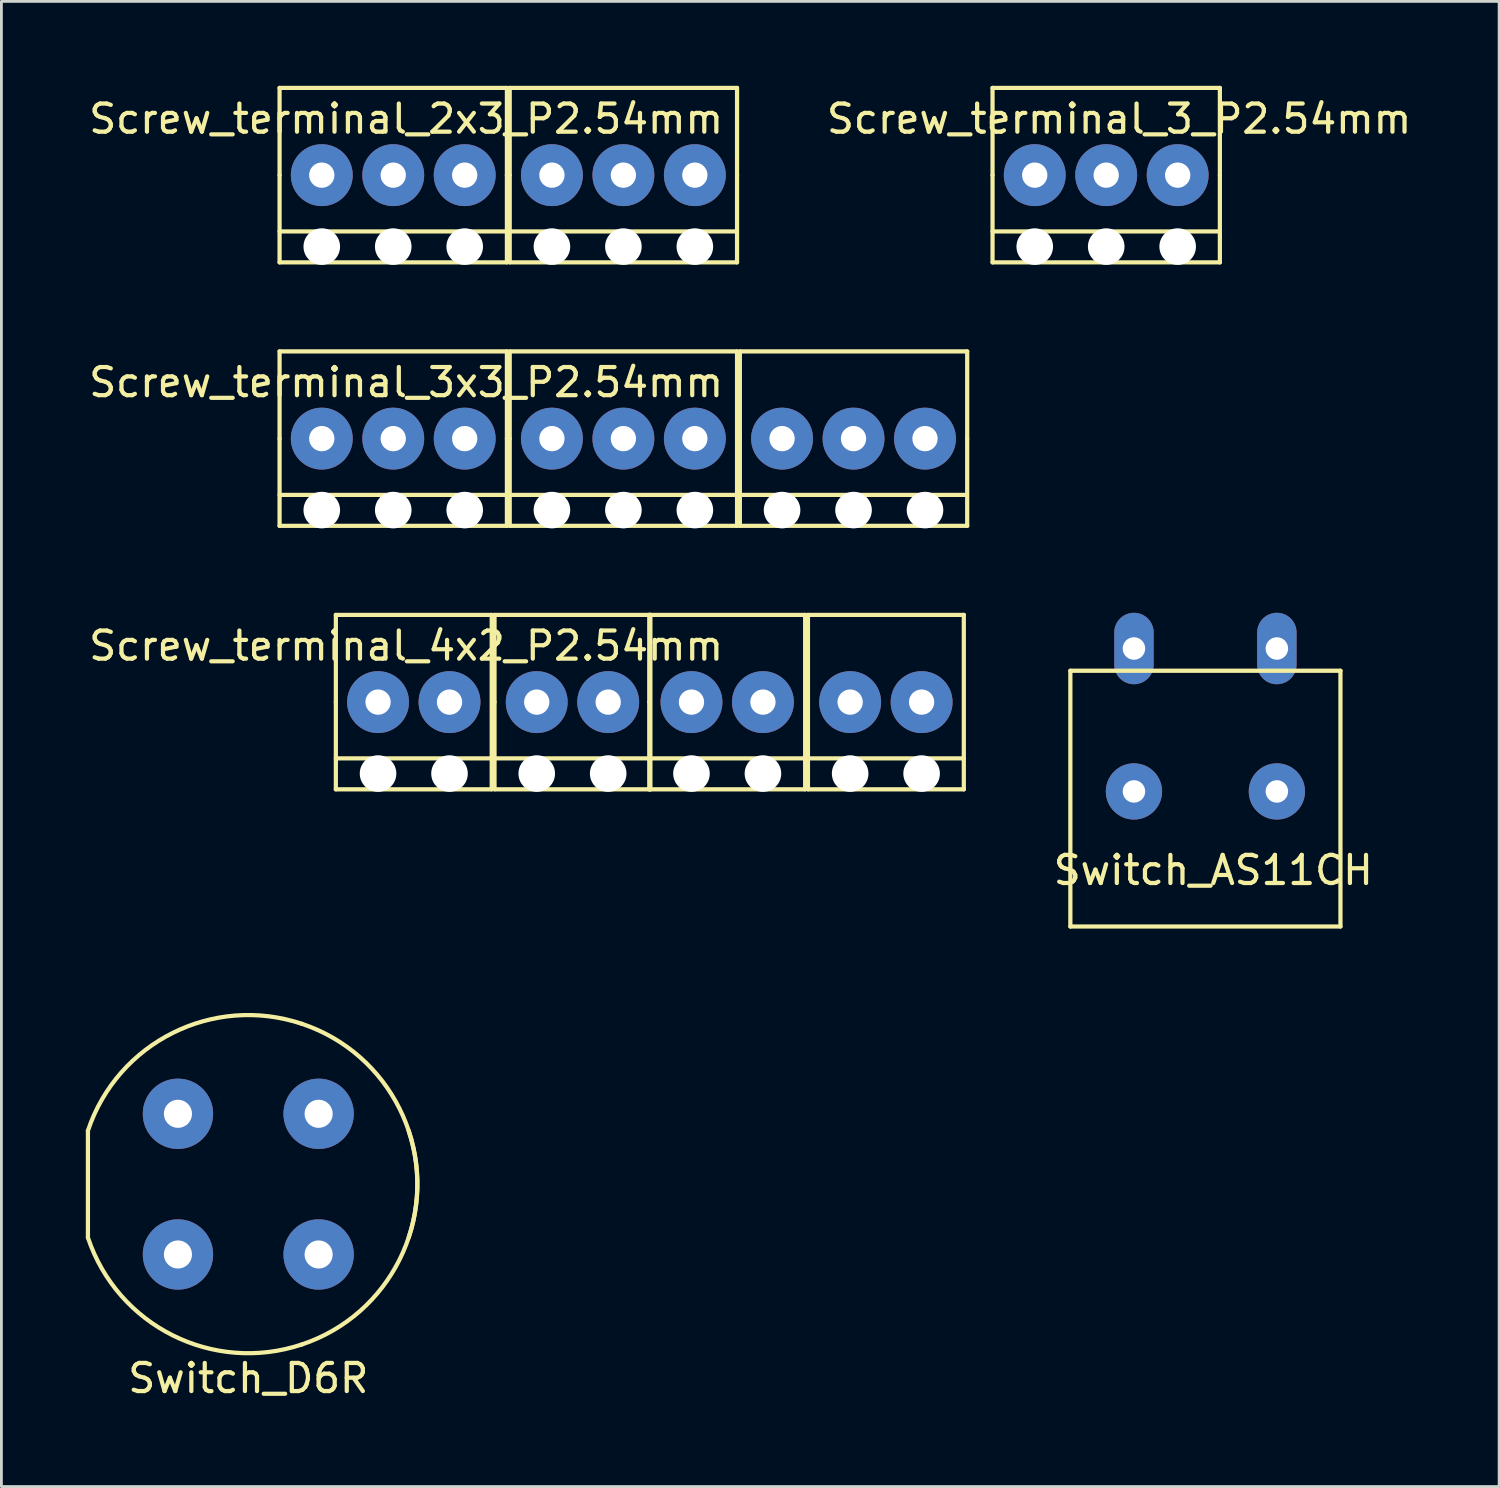
<source format=kicad_pcb>
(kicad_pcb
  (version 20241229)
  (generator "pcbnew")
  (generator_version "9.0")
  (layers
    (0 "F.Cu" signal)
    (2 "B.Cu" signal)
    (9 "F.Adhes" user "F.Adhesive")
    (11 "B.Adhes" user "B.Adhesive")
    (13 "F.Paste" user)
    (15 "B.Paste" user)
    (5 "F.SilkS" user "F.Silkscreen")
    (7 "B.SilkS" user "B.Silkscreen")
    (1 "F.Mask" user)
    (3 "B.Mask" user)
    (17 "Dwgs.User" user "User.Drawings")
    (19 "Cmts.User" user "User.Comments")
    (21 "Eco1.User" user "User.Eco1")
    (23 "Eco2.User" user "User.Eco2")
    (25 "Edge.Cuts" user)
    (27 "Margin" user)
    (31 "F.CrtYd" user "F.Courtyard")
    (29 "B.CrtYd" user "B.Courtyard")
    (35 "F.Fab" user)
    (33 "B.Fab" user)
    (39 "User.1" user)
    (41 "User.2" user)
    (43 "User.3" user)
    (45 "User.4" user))
  (footprint "Screw_terminal_3x3_P2.54mm"
    (layer "F.Cu")
    (at 8.387 12.54)
    (property "Reference" "Screw_terminal_3x3_P2.54mm" (at 3 -2 0) (layer "F.SilkS") (effects (font (size 1 1) (thickness 0.15))))
    (attr through_hole)
    (fp_line (start -1.5 -3.1) (end 6.58 -3.1) (stroke (width 0.15) (type solid)) (layer "F.SilkS"))
    (fp_line (start -1.5 0) (end -1.5 -3.1) (stroke (width 0.15) (type solid)) (layer "F.SilkS"))
    (fp_line (start -1.5 3.1) (end -1.5 0) (stroke (width 0.15) (type solid)) (layer "F.SilkS"))
    (fp_line (start -1.5 3.1) (end 6.58 3.1) (stroke (width 0.15) (type solid)) (layer "F.SilkS"))
    (fp_line (start 6.5 2) (end -1.5 2) (stroke (width 0.15) (type solid)) (layer "F.SilkS"))
    (fp_line (start 6.58 0) (end 6.58 -3.1) (stroke (width 0.15) (type solid)) (layer "F.SilkS"))
    (fp_line (start 6.58 3.1) (end 6.58 0) (stroke (width 0.15) (type solid)) (layer "F.SilkS"))
    (fp_line (start 6.68 -3.1) (end 14.76 -3.1) (stroke (width 0.15) (type solid)) (layer "F.SilkS"))
    (fp_line (start 6.68 0) (end 6.68 -3.1) (stroke (width 0.15) (type solid)) (layer "F.SilkS"))
    (fp_line (start 6.68 3.1) (end 6.68 0) (stroke (width 0.15) (type solid)) (layer "F.SilkS"))
    (fp_line (start 6.68 3.1) (end 14.76 3.1) (stroke (width 0.15) (type solid)) (layer "F.SilkS"))
    (fp_line (start 14.68 2) (end 6.68 2) (stroke (width 0.15) (type solid)) (layer "F.SilkS"))
    (fp_line (start 14.76 0) (end 14.76 -3.1) (stroke (width 0.15) (type solid)) (layer "F.SilkS"))
    (fp_line (start 14.76 3.1) (end 14.76 0) (stroke (width 0.15) (type solid)) (layer "F.SilkS"))
    (fp_line (start 14.86 -3.1) (end 22.94 -3.1) (stroke (width 0.15) (type solid)) (layer "F.SilkS"))
    (fp_line (start 14.86 0) (end 14.86 -3.1) (stroke (width 0.15) (type solid)) (layer "F.SilkS"))
    (fp_line (start 14.86 3.1) (end 14.86 0) (stroke (width 0.15) (type solid)) (layer "F.SilkS"))
    (fp_line (start 14.86 3.1) (end 22.94 3.1) (stroke (width 0.15) (type solid)) (layer "F.SilkS"))
    (fp_line (start 22.86 2) (end 14.86 2) (stroke (width 0.15) (type solid)) (layer "F.SilkS"))
    (fp_line (start 22.94 0) (end 22.94 -3.1) (stroke (width 0.15) (type solid)) (layer "F.SilkS"))
    (fp_line (start 22.94 3.1) (end 22.94 0) (stroke (width 0.15) (type solid)) (layer "F.SilkS"))
    (pad "" np_thru_hole circle (at 0 2.54) (size 1.3 1.3) (drill 1.3) (layers "*.Cu" "*.Mask"))
    (pad "" np_thru_hole circle (at 2.54 2.54) (size 1.3 1.3) (drill 1.3) (layers "*.Cu" "*.Mask"))
    (pad "" np_thru_hole circle (at 5.08 2.54) (size 1.3 1.3) (drill 1.3) (layers "*.Cu" "*.Mask"))
    (pad "" np_thru_hole circle (at 8.18 2.54) (size 1.3 1.3) (drill 1.3) (layers "*.Cu" "*.Mask"))
    (pad "" np_thru_hole circle (at 10.72 2.54) (size 1.3 1.3) (drill 1.3) (layers "*.Cu" "*.Mask"))
    (pad "" np_thru_hole circle (at 13.26 2.54) (size 1.3 1.3) (drill 1.3) (layers "*.Cu" "*.Mask"))
    (pad "" np_thru_hole circle (at 16.36 2.54) (size 1.3 1.3) (drill 1.3) (layers "*.Cu" "*.Mask"))
    (pad "" np_thru_hole circle (at 18.9 2.54) (size 1.3 1.3) (drill 1.3) (layers "*.Cu" "*.Mask"))
    (pad "" np_thru_hole circle (at 21.44 2.54) (size 1.3 1.3) (drill 1.3) (layers "*.Cu" "*.Mask"))
    (pad "1" thru_hole circle (at 0 0) (size 2.2 2.2) (drill 0.9) (layers "*.Cu" "*.Mask"))
    (pad "2" thru_hole circle (at 2.54 0) (size 2.2 2.2) (drill 0.9) (layers "*.Cu" "*.Mask"))
    (pad "3" thru_hole circle (at 5.08 0) (size 2.2 2.2) (drill 0.9) (layers "*.Cu" "*.Mask"))
    (pad "4" thru_hole circle (at 8.18 0) (size 2.2 2.2) (drill 0.9) (layers "*.Cu" "*.Mask"))
    (pad "5" thru_hole circle (at 10.72 0) (size 2.2 2.2) (drill 0.9) (layers "*.Cu" "*.Mask"))
    (pad "6" thru_hole circle (at 13.26 0) (size 2.2 2.2) (drill 0.9) (layers "*.Cu" "*.Mask"))
    (pad "7" thru_hole circle (at 16.36 0) (size 2.2 2.2) (drill 0.9) (layers "*.Cu" "*.Mask"))
    (pad "8" thru_hole circle (at 18.9 0) (size 2.2 2.2) (drill 0.9) (layers "*.Cu" "*.Mask"))
    (pad "9" thru_hole circle (at 21.44 0) (size 2.2 2.2) (drill 0.9) (layers "*.Cu" "*.Mask")))
  (footprint "Switch_AS11CH"
    (placed yes)
    (layer "F.Cu")
    (at 39.794 25.08)
    (property "Reference" "Switch_AS11CH" (at 0.28 2.8 0) (layer "F.SilkS") (effects (font (size 1 1) (thickness 0.15))))
    (attr through_hole)
    (fp_line (start -4.8 -4.29) (end 4.8 -4.29) (stroke (width 0.15) (type solid)) (layer "F.SilkS"))
    (fp_line (start -4.8 4.8) (end -4.8 -4.29) (stroke (width 0.15) (type solid)) (layer "F.SilkS"))
    (fp_line (start 4.8 -4.29) (end 4.8 4.8) (stroke (width 0.15) (type solid)) (layer "F.SilkS"))
    (fp_line (start 4.8 4.8) (end -4.8 4.8) (stroke (width 0.15) (type solid)) (layer "F.SilkS"))
    (pad "" np_thru_hole circle (at -2.54 0) (size 2 2) (drill 0.8) (layers "*.Cu" "*.Mask"))
    (pad "" np_thru_hole circle (at 2.54 0) (size 2 2) (drill 0.8) (layers "*.Cu" "*.Mask"))
    (pad "1" thru_hole oval (at -2.54 -5.08) (size 1.4 2.54) (drill 0.8) (layers "*.Cu" "*.Mask"))
    (pad "2" thru_hole oval (at 2.54 -5.08) (size 1.4 2.54) (drill 0.8) (layers "*.Cu" "*.Mask")))
  (footprint "Screw_terminal_3_P2.54mm"
    (layer "F.Cu")
    (at 33.728 3.175)
    (property "Reference" "Screw_terminal_3_P2.54mm" (at 3 -2 0) (layer "F.SilkS") (effects (font (size 1 1) (thickness 0.15))))
    (attr through_hole)
    (fp_line (start -1.5 -3.1) (end 6.58 -3.1) (stroke (width 0.15) (type solid)) (layer "F.SilkS"))
    (fp_line (start -1.5 0) (end -1.5 -3.1) (stroke (width 0.15) (type solid)) (layer "F.SilkS"))
    (fp_line (start -1.5 3.1) (end -1.5 0) (stroke (width 0.15) (type solid)) (layer "F.SilkS"))
    (fp_line (start -1.5 3.1) (end 6.58 3.1) (stroke (width 0.15) (type solid)) (layer "F.SilkS"))
    (fp_line (start 6.5 2) (end -1.5 2) (stroke (width 0.15) (type solid)) (layer "F.SilkS"))
    (fp_line (start 6.58 0) (end 6.58 -3.1) (stroke (width 0.15) (type solid)) (layer "F.SilkS"))
    (fp_line (start 6.58 3.1) (end 6.58 0) (stroke (width 0.15) (type solid)) (layer "F.SilkS"))
    (pad "" np_thru_hole circle (at 0 2.54) (size 1.3 1.3) (drill 1.3) (layers "*.Cu" "*.Mask"))
    (pad "" np_thru_hole circle (at 2.54 2.54) (size 1.3 1.3) (drill 1.3) (layers "*.Cu" "*.Mask"))
    (pad "" np_thru_hole circle (at 5.08 2.54) (size 1.3 1.3) (drill 1.3) (layers "*.Cu" "*.Mask"))
    (pad "1" thru_hole circle (at 0 0) (size 2.2 2.2) (drill 0.9) (layers "*.Cu" "*.Mask"))
    (pad "2" thru_hole circle (at 2.54 0) (size 2.2 2.2) (drill 0.9) (layers "*.Cu" "*.Mask"))
    (pad "3" thru_hole circle (at 5.08 0) (size 2.2 2.2) (drill 0.9) (layers "*.Cu" "*.Mask")))
  (footprint "Screw_terminal_2x3_P2.54mm"
    (layer "F.Cu")
    (at 8.387 3.175)
    (property "Reference" "Screw_terminal_2x3_P2.54mm" (at 3 -2 0) (layer "F.SilkS") (effects (font (size 1 1) (thickness 0.15))))
    (attr through_hole)
    (fp_line (start -1.5 -3.1) (end 6.58 -3.1) (stroke (width 0.15) (type solid)) (layer "F.SilkS"))
    (fp_line (start -1.5 0) (end -1.5 -3.1) (stroke (width 0.15) (type solid)) (layer "F.SilkS"))
    (fp_line (start -1.5 3.1) (end -1.5 0) (stroke (width 0.15) (type solid)) (layer "F.SilkS"))
    (fp_line (start -1.5 3.1) (end 6.58 3.1) (stroke (width 0.15) (type solid)) (layer "F.SilkS"))
    (fp_line (start 6.5 2) (end -1.5 2) (stroke (width 0.15) (type solid)) (layer "F.SilkS"))
    (fp_line (start 6.58 0) (end 6.58 -3.1) (stroke (width 0.15) (type solid)) (layer "F.SilkS"))
    (fp_line (start 6.58 3.1) (end 6.58 0) (stroke (width 0.15) (type solid)) (layer "F.SilkS"))
    (fp_line (start 6.68 -3.1) (end 14.76 -3.1) (stroke (width 0.15) (type solid)) (layer "F.SilkS"))
    (fp_line (start 6.68 0) (end 6.68 -3.1) (stroke (width 0.15) (type solid)) (layer "F.SilkS"))
    (fp_line (start 6.68 3.1) (end 6.68 0) (stroke (width 0.15) (type solid)) (layer "F.SilkS"))
    (fp_line (start 6.68 3.1) (end 14.76 3.1) (stroke (width 0.15) (type solid)) (layer "F.SilkS"))
    (fp_line (start 14.68 2) (end 6.68 2) (stroke (width 0.15) (type solid)) (layer "F.SilkS"))
    (fp_line (start 14.76 0) (end 14.76 -3.1) (stroke (width 0.15) (type solid)) (layer "F.SilkS"))
    (fp_line (start 14.76 3.1) (end 14.76 0) (stroke (width 0.15) (type solid)) (layer "F.SilkS"))
    (pad "" np_thru_hole circle (at 0 2.54) (size 1.3 1.3) (drill 1.3) (layers "*.Cu" "*.Mask"))
    (pad "" np_thru_hole circle (at 2.54 2.54) (size 1.3 1.3) (drill 1.3) (layers "*.Cu" "*.Mask"))
    (pad "" np_thru_hole circle (at 5.08 2.54) (size 1.3 1.3) (drill 1.3) (layers "*.Cu" "*.Mask"))
    (pad "" np_thru_hole circle (at 8.18 2.54) (size 1.3 1.3) (drill 1.3) (layers "*.Cu" "*.Mask"))
    (pad "" np_thru_hole circle (at 10.72 2.54) (size 1.3 1.3) (drill 1.3) (layers "*.Cu" "*.Mask"))
    (pad "" thru_hole circle (at 13.26 0) (size 2.2 2.2) (drill 0.9) (layers "*.Cu" "*.Mask"))
    (pad "" np_thru_hole circle (at 13.26 2.54) (size 1.3 1.3) (drill 1.3) (layers "*.Cu" "*.Mask"))
    (pad "1" thru_hole circle (at 0 0) (size 2.2 2.2) (drill 0.9) (layers "*.Cu" "*.Mask"))
    (pad "2" thru_hole circle (at 2.54 0) (size 2.2 2.2) (drill 0.9) (layers "*.Cu" "*.Mask"))
    (pad "3" thru_hole circle (at 5.08 0) (size 2.2 2.2) (drill 0.9) (layers "*.Cu" "*.Mask"))
    (pad "4" thru_hole circle (at 8.18 0) (size 2.2 2.2) (drill 0.9) (layers "*.Cu" "*.Mask"))
    (pad "5" thru_hole circle (at 10.72 0) (size 2.2 2.2) (drill 0.9) (layers "*.Cu" "*.Mask")))
  (footprint "Screw_terminal_4x2_P2.54mm"
    (layer "F.Cu")
    (at 10.387 21.905)
    (property "Reference" "Screw_terminal_4x2_P2.54mm" (at 1 -2 0) (layer "F.SilkS") (effects (font (size 1 1) (thickness 0.15))))
    (attr through_hole)
    (fp_line (start -1.5 -3.1) (end 4.04 -3.1) (stroke (width 0.15) (type solid)) (layer "F.SilkS"))
    (fp_line (start -1.5 0) (end -1.5 -3.1) (stroke (width 0.15) (type solid)) (layer "F.SilkS"))
    (fp_line (start -1.5 3.1) (end -1.5 0) (stroke (width 0.15) (type solid)) (layer "F.SilkS"))
    (fp_line (start -1.5 3.1) (end 4.04 3.1) (stroke (width 0.15) (type solid)) (layer "F.SilkS"))
    (fp_line (start 4.04 -3.1) (end 4.04 3.1) (stroke (width 0.15) (type solid)) (layer "F.SilkS"))
    (fp_line (start 4.04 2) (end -1.5 2) (stroke (width 0.15) (type solid)) (layer "F.SilkS"))
    (fp_line (start 4.14 -3.1) (end 9.68 -3.1) (stroke (width 0.15) (type solid)) (layer "F.SilkS"))
    (fp_line (start 4.14 0) (end 4.14 -3.1) (stroke (width 0.15) (type solid)) (layer "F.SilkS"))
    (fp_line (start 4.14 3.1) (end 4.14 0) (stroke (width 0.15) (type solid)) (layer "F.SilkS"))
    (fp_line (start 4.14 3.1) (end 9.68 3.1) (stroke (width 0.15) (type solid)) (layer "F.SilkS"))
    (fp_line (start 9.64 -3.1) (end 15.18 -3.1) (stroke (width 0.15) (type solid)) (layer "F.SilkS"))
    (fp_line (start 9.64 0) (end 9.64 -3.1) (stroke (width 0.15) (type solid)) (layer "F.SilkS"))
    (fp_line (start 9.64 3.1) (end 9.64 0) (stroke (width 0.15) (type solid)) (layer "F.SilkS"))
    (fp_line (start 9.64 3.1) (end 15.18 3.1) (stroke (width 0.15) (type solid)) (layer "F.SilkS"))
    (fp_line (start 9.68 -3.1) (end 9.68 3.1) (stroke (width 0.15) (type solid)) (layer "F.SilkS"))
    (fp_line (start 9.68 2) (end 4.14 2) (stroke (width 0.15) (type solid)) (layer "F.SilkS"))
    (fp_line (start 15.18 -3.1) (end 15.18 3.1) (stroke (width 0.15) (type solid)) (layer "F.SilkS"))
    (fp_line (start 15.18 2) (end 9.64 2) (stroke (width 0.15) (type solid)) (layer "F.SilkS"))
    (fp_line (start 15.28 -3.1) (end 20.82 -3.1) (stroke (width 0.15) (type solid)) (layer "F.SilkS"))
    (fp_line (start 15.28 0) (end 15.28 -3.1) (stroke (width 0.15) (type solid)) (layer "F.SilkS"))
    (fp_line (start 15.28 3.1) (end 15.28 0) (stroke (width 0.15) (type solid)) (layer "F.SilkS"))
    (fp_line (start 15.28 3.1) (end 20.82 3.1) (stroke (width 0.15) (type solid)) (layer "F.SilkS"))
    (fp_line (start 20.82 -3.1) (end 20.82 3.1) (stroke (width 0.15) (type solid)) (layer "F.SilkS"))
    (fp_line (start 20.82 2) (end 15.28 2) (stroke (width 0.15) (type solid)) (layer "F.SilkS"))
    (pad "" np_thru_hole circle (at 0 2.54) (size 1.3 1.3) (drill 1.3) (layers "*.Cu" "*.Mask"))
    (pad "" np_thru_hole circle (at 2.54 2.54) (size 1.3 1.3) (drill 1.3) (layers "*.Cu" "*.Mask"))
    (pad "" np_thru_hole circle (at 5.64 2.54) (size 1.3 1.3) (drill 1.3) (layers "*.Cu" "*.Mask"))
    (pad "" np_thru_hole circle (at 8.18 2.54) (size 1.3 1.3) (drill 1.3) (layers "*.Cu" "*.Mask"))
    (pad "" np_thru_hole circle (at 11.14 2.54) (size 1.3 1.3) (drill 1.3) (layers "*.Cu" "*.Mask"))
    (pad "" np_thru_hole circle (at 13.68 2.54) (size 1.3 1.3) (drill 1.3) (layers "*.Cu" "*.Mask"))
    (pad "" np_thru_hole circle (at 16.78 2.54) (size 1.3 1.3) (drill 1.3) (layers "*.Cu" "*.Mask"))
    (pad "" np_thru_hole circle (at 19.32 2.54) (size 1.3 1.3) (drill 1.3) (layers "*.Cu" "*.Mask"))
    (pad "1" thru_hole circle (at 0 0) (size 2.2 2.2) (drill 0.9) (layers "*.Cu" "*.Mask"))
    (pad "2" thru_hole circle (at 2.54 0) (size 2.2 2.2) (drill 0.9) (layers "*.Cu" "*.Mask"))
    (pad "3" thru_hole circle (at 5.64 0) (size 2.2 2.2) (drill 0.9) (layers "*.Cu" "*.Mask"))
    (pad "4" thru_hole circle (at 8.18 0) (size 2.2 2.2) (drill 0.9) (layers "*.Cu" "*.Mask"))
    (pad "5" thru_hole circle (at 11.14 0) (size 2.2 2.2) (drill 0.9) (layers "*.Cu" "*.Mask"))
    (pad "6" thru_hole circle (at 13.68 0) (size 2.2 2.2) (drill 0.9) (layers "*.Cu" "*.Mask"))
    (pad "7" thru_hole circle (at 16.78 0) (size 2.2 2.2) (drill 0.9) (layers "*.Cu" "*.Mask"))
    (pad "8" thru_hole circle (at 19.32 0) (size 2.2 2.2) (drill 0.9) (layers "*.Cu" "*.Mask")))
  (footprint "Switch_D6R"
    (placed yes)
    (layer "F.Cu")
    (at 5.775 39.038)
    (property "Reference" "Switch_D6R" (at 0 6.9 0) (layer "F.SilkS") (effects (font (size 1 1) (thickness 0.15))))
    (attr through_hole)
    (fp_line (start -5.7 1.9) (end -5.7 -1.9) (stroke (width 0.15) (type solid)) (layer "F.SilkS"))
    (fp_arc (start -5.7 -1.9) (mid -2.687006 -5.374012) (end 1.9 -5.7) (stroke (width 0.15) (type solid)) (layer "F.SilkS"))
    (fp_arc (start 1.9 -5.7) (mid 5.374012 -2.687006) (end 5.7 1.9) (stroke (width 0.15) (type solid)) (layer "F.SilkS"))
    (fp_arc (start 1.9 5.7) (mid -2.687006 5.374012) (end -5.7 1.9) (stroke (width 0.15) (type solid)) (layer "F.SilkS"))
    (fp_arc (start 5.7 -1.9) (mid 5.374012 2.687006) (end 1.9 5.7) (stroke (width 0.15) (type solid)) (layer "F.SilkS"))
    (pad "" thru_hole circle (at -2.5 -2.5) (size 2.5 2.5) (drill 1) (layers "*.Cu" "*.Mask"))
    (pad "" thru_hole circle (at -2.5 2.5) (size 2.5 2.5) (drill 1) (layers "*.Cu" "*.Mask"))
    (pad "1" thru_hole circle (at 2.5 -2.5) (size 2.5 2.5) (drill 1) (layers "*.Cu" "*.Mask"))
    (pad "2" thru_hole circle (at 2.5 2.5) (size 2.5 2.5) (drill 1) (layers "*.Cu" "*.Mask")))
  (gr_rect
    (start -3 -3)
    (end 50.234 49.787)
    (stroke (width 0.1) (type default))
    (fill no)
    (layer "Edge.Cuts")))
</source>
